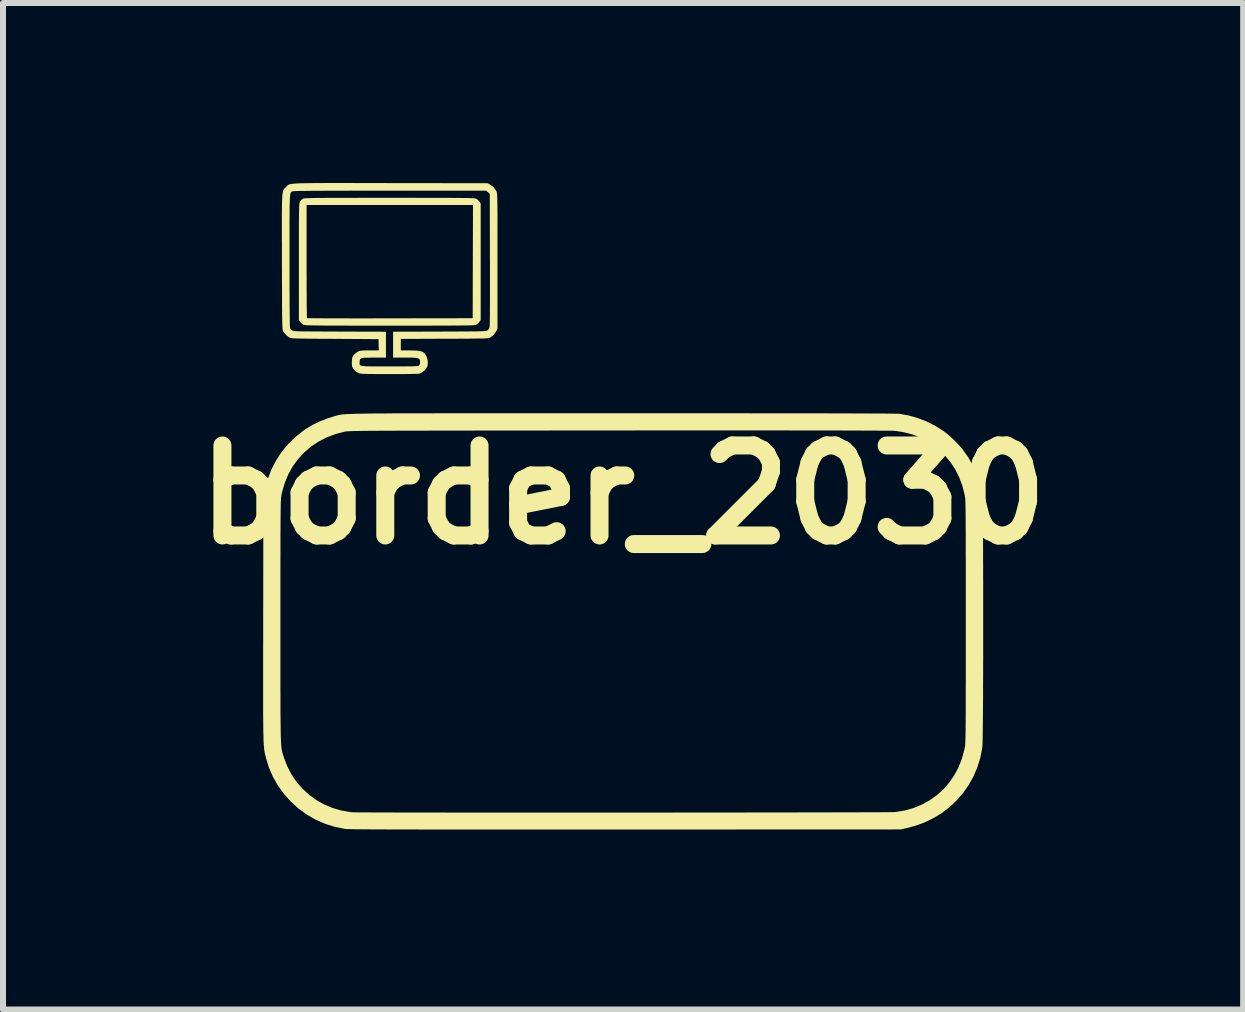
<source format=kicad_pcb>
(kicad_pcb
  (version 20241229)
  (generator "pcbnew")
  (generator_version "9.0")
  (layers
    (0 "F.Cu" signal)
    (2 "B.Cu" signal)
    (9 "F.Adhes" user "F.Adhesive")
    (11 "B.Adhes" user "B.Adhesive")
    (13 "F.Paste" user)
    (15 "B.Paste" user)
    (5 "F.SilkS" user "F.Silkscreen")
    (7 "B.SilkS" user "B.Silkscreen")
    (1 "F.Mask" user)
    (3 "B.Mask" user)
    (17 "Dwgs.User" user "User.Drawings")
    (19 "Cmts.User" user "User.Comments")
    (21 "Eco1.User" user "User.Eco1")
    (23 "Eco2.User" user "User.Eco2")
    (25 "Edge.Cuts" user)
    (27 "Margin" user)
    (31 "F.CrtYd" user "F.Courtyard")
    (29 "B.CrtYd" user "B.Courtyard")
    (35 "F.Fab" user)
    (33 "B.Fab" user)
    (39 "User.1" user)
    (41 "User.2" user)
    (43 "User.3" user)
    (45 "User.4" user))
  (footprint "border_2030"
    (layer "F.Cu")
    (at 7.336 5.197)
    (property "Reference" "border_2030" (at 0 0 0) (layer "F.SilkS") (effects (font (size 1.5 1.5) (thickness 0.3))))
    (attr board_only exclude_from_pos_files exclude_from_bom)
    (fp_poly (pts (xy -3.705 -4.95) (xy -3.533 -4.95) (xy -3.379 -4.949) (xy -3.24 -4.949) (xy -3.115 -4.949) (xy -3.005 -4.949) (xy -2.908 -4.949) (xy -2.824 -4.948) (xy -2.75 -4.948) (xy -2.687 -4.947) (xy -2.634 -4.947) (xy -2.59 -4.946) (xy -2.554 -4.945) (xy -2.524 -4.944) (xy -2.501 -4.943) (xy -2.483 -4.941) (xy -2.47 -4.94) (xy -2.46 -4.938) (xy -2.453 -4.936) (xy -2.448 -4.934) (xy -2.447 -4.934) (xy -2.421 -4.915) (xy -2.397 -4.889) (xy -2.395 -4.886) (xy -2.374 -4.855) (xy -2.374 -3.884) (xy -2.374 -2.914) (xy -2.395 -2.883) (xy -2.417 -2.857) (xy -2.444 -2.837) (xy -2.447 -2.835) (xy -2.452 -2.833) (xy -2.459 -2.831) (xy -2.469 -2.829) (xy -2.482 -2.828) (xy -2.499 -2.826) (xy -2.521 -2.825) (xy -2.55 -2.824) (xy -2.585 -2.823) (xy -2.628 -2.822) (xy -2.68 -2.822) (xy -2.742 -2.821) (xy -2.814 -2.821) (xy -2.897 -2.82) (xy -2.993 -2.82) (xy -3.101 -2.82) (xy -3.224 -2.819) (xy -3.361 -2.819) (xy -3.514 -2.819) (xy -3.684 -2.819) (xy -3.871 -2.819) (xy -3.889 -2.819) (xy -4.078 -2.819) (xy -4.249 -2.819) (xy -4.403 -2.819) (xy -4.542 -2.819) (xy -4.666 -2.82) (xy -4.776 -2.82) (xy -4.872 -2.82) (xy -4.957 -2.82) (xy -5.03 -2.821) (xy -5.092 -2.822) (xy -5.145 -2.822) (xy -5.189 -2.823) (xy -5.225 -2.824) (xy -5.254 -2.825) (xy -5.277 -2.826) (xy -5.295 -2.828) (xy -5.308 -2.829) (xy -5.318 -2.831) (xy -5.325 -2.833) (xy -5.33 -2.835) (xy -5.331 -2.835) (xy -5.357 -2.854) (xy -5.381 -2.879) (xy -5.383 -2.883) (xy -5.404 -2.914) (xy -5.404 -3.884) (xy -5.404 -3.891) (xy -5.276 -3.891) (xy -5.276 -3.761) (xy -5.275 -3.636) (xy -5.275 -3.518) (xy -5.275 -3.407) (xy -5.274 -3.306) (xy -5.274 -3.214) (xy -5.273 -3.134) (xy -5.272 -3.066) (xy -5.272 -3.012) (xy -5.271 -2.973) (xy -5.27 -2.95) (xy -5.269 -2.945) (xy -5.26 -2.944) (xy -5.233 -2.943) (xy -5.189 -2.943) (xy -5.13 -2.942) (xy -5.057 -2.942) (xy -4.971 -2.941) (xy -4.872 -2.941) (xy -4.762 -2.941) (xy -4.642 -2.941) (xy -4.512 -2.94) (xy -4.374 -2.94) (xy -4.229 -2.94) (xy -4.078 -2.941) (xy -3.921 -2.941) (xy -3.885 -2.941) (xy -2.507 -2.943) (xy -2.505 -3.887) (xy -2.502 -4.83) (xy -3.889 -4.83) (xy -5.276 -4.83) (xy -5.276 -3.891) (xy -5.404 -3.891) (xy -5.404 -4.038) (xy -5.404 -4.176) (xy -5.404 -4.297) (xy -5.404 -4.403) (xy -5.404 -4.495) (xy -5.403 -4.574) (xy -5.403 -4.641) (xy -5.402 -4.697) (xy -5.401 -4.743) (xy -5.4 -4.781) (xy -5.399 -4.81) (xy -5.398 -4.833) (xy -5.396 -4.851) (xy -5.394 -4.864) (xy -5.392 -4.873) (xy -5.39 -4.88) (xy -5.387 -4.885) (xy -5.367 -4.911) (xy -5.341 -4.932) (xy -5.339 -4.933) (xy -5.335 -4.935) (xy -5.328 -4.937) (xy -5.32 -4.939) (xy -5.309 -4.941) (xy -5.293 -4.942) (xy -5.273 -4.943) (xy -5.247 -4.944) (xy -5.215 -4.945) (xy -5.175 -4.946) (xy -5.126 -4.947) (xy -5.069 -4.948) (xy -5.001 -4.948) (xy -4.923 -4.949) (xy -4.833 -4.949) (xy -4.73 -4.949) (xy -4.613 -4.949) (xy -4.482 -4.949) (xy -4.336 -4.95) (xy -4.173 -4.95) (xy -3.994 -4.95) (xy -3.894 -4.95)) (stroke (width 0) (type solid)) (fill yes) (layer "F.SilkS"))
    (fp_poly (pts (xy -4.626 -5.197) (xy -4.473 -5.196) (xy -4.305 -5.196) (xy -4.12 -5.196) (xy -3.918 -5.195) (xy -3.87 -5.195) (xy -2.259 -5.193) (xy -2.222 -5.173) (xy -2.167 -5.134) (xy -2.126 -5.084) (xy -2.113 -5.06) (xy -2.11 -5.053) (xy -2.108 -5.047) (xy -2.105 -5.039) (xy -2.103 -5.029) (xy -2.102 -5.015) (xy -2.1 -4.997) (xy -2.099 -4.974) (xy -2.098 -4.944) (xy -2.097 -4.908) (xy -2.096 -4.863) (xy -2.095 -4.808) (xy -2.095 -4.744) (xy -2.094 -4.668) (xy -2.094 -4.58) (xy -2.094 -4.478) (xy -2.094 -4.363) (xy -2.094 -4.232) (xy -2.094 -4.085) (xy -2.094 -3.921) (xy -2.094 -3.894) (xy -2.094 -2.769) (xy -2.115 -2.727) (xy -2.143 -2.682) (xy -2.174 -2.649) (xy -2.213 -2.623) (xy -2.22 -2.62) (xy -2.227 -2.616) (xy -2.236 -2.614) (xy -2.248 -2.611) (xy -2.264 -2.609) (xy -2.286 -2.608) (xy -2.314 -2.606) (xy -2.35 -2.605) (xy -2.395 -2.604) (xy -2.45 -2.604) (xy -2.517 -2.603) (xy -2.597 -2.602) (xy -2.692 -2.602) (xy -2.801 -2.601) (xy -2.928 -2.601) (xy -2.978 -2.601) (xy -3.705 -2.598) (xy -3.705 -2.502) (xy -3.705 -2.406) (xy -3.551 -2.406) (xy -3.483 -2.405) (xy -3.431 -2.402) (xy -3.39 -2.397) (xy -3.359 -2.389) (xy -3.335 -2.377) (xy -3.314 -2.36) (xy -3.304 -2.35) (xy -3.278 -2.309) (xy -3.261 -2.259) (xy -3.255 -2.205) (xy -3.26 -2.153) (xy -3.268 -2.128) (xy -3.288 -2.096) (xy -3.32 -2.063) (xy -3.356 -2.037) (xy -3.39 -2.021) (xy -3.409 -2.018) (xy -3.445 -2.016) (xy -3.499 -2.015) (xy -3.57 -2.013) (xy -3.657 -2.012) (xy -3.76 -2.012) (xy -3.879 -2.012) (xy -3.894 -2.012) (xy -4.003 -2.012) (xy -4.096 -2.012) (xy -4.173 -2.013) (xy -4.236 -2.013) (xy -4.286 -2.015) (xy -4.326 -2.016) (xy -4.356 -2.018) (xy -4.377 -2.02) (xy -4.392 -2.023) (xy -4.398 -2.025) (xy -4.447 -2.048) (xy -4.483 -2.081) (xy -4.502 -2.108) (xy -4.513 -2.13) (xy -4.519 -2.151) (xy -4.521 -2.179) (xy -4.521 -2.219) (xy -4.519 -2.258) (xy -4.515 -2.284) (xy -4.508 -2.304) (xy -4.495 -2.322) (xy -4.49 -2.329) (xy -4.463 -2.356) (xy -4.431 -2.38) (xy -4.421 -2.385) (xy -4.405 -2.393) (xy -4.388 -2.398) (xy -4.368 -2.402) (xy -4.341 -2.404) (xy -4.304 -2.406) (xy -4.253 -2.406) (xy -4.226 -2.406) (xy -4.072 -2.406) (xy -4.075 -2.5) (xy -4.077 -2.594) (xy -4.803 -2.599) (xy -4.935 -2.6) (xy -5.05 -2.6) (xy -5.15 -2.601) (xy -5.235 -2.602) (xy -5.306 -2.603) (xy -5.366 -2.604) (xy -5.414 -2.605) (xy -5.453 -2.606) (xy -5.484 -2.607) (xy -5.507 -2.609) (xy -5.525 -2.611) (xy -5.538 -2.613) (xy -5.548 -2.616) (xy -5.556 -2.619) (xy -5.563 -2.622) (xy -5.565 -2.623) (xy -5.618 -2.662) (xy -5.66 -2.715) (xy -5.667 -2.727) (xy -5.67 -2.733) (xy -5.672 -2.739) (xy -5.674 -2.748) (xy -5.676 -2.761) (xy -5.677 -2.777) (xy -5.679 -2.799) (xy -5.68 -2.827) (xy -5.681 -2.863) (xy -5.682 -2.906) (xy -5.683 -2.959) (xy -5.684 -3.022) (xy -5.684 -3.096) (xy -5.685 -3.182) (xy -5.685 -3.282) (xy -5.685 -3.396) (xy -5.686 -3.525) (xy -5.686 -3.67) (xy -5.687 -3.832) (xy -5.687 -3.875) (xy -5.687 -4.046) (xy -5.687 -4.201) (xy -5.688 -4.247) (xy -5.56 -4.247) (xy -5.56 -4.1) (xy -5.56 -3.936) (xy -5.56 -3.899) (xy -5.56 -3.731) (xy -5.56 -3.574) (xy -5.56 -3.43) (xy -5.559 -3.298) (xy -5.559 -3.179) (xy -5.558 -3.075) (xy -5.557 -2.985) (xy -5.556 -2.911) (xy -5.555 -2.852) (xy -5.554 -2.81) (xy -5.552 -2.785) (xy -5.551 -2.779) (xy -5.537 -2.757) (xy -5.517 -2.739) (xy -5.512 -2.736) (xy -5.505 -2.734) (xy -5.495 -2.732) (xy -5.48 -2.73) (xy -5.461 -2.728) (xy -5.434 -2.726) (xy -5.4 -2.725) (xy -5.357 -2.724) (xy -5.303 -2.723) (xy -5.238 -2.723) (xy -5.161 -2.722) (xy -5.07 -2.722) (xy -4.964 -2.721) (xy -4.842 -2.721) (xy -4.723 -2.72) (xy -3.953 -2.718) (xy -3.953 -2.502) (xy -3.953 -2.287) (xy -4.148 -2.286) (xy -4.221 -2.286) (xy -4.277 -2.285) (xy -4.319 -2.283) (xy -4.349 -2.279) (xy -4.369 -2.272) (xy -4.382 -2.262) (xy -4.388 -2.248) (xy -4.391 -2.23) (xy -4.392 -2.216) (xy -4.393 -2.2) (xy -4.394 -2.186) (xy -4.393 -2.174) (xy -4.389 -2.165) (xy -4.38 -2.157) (xy -4.365 -2.151) (xy -4.342 -2.147) (xy -4.311 -2.144) (xy -4.269 -2.141) (xy -4.215 -2.14) (xy -4.149 -2.14) (xy -4.068 -2.14) (xy -3.97 -2.14) (xy -3.891 -2.14) (xy -3.785 -2.14) (xy -3.696 -2.14) (xy -3.622 -2.14) (xy -3.562 -2.141) (xy -3.514 -2.141) (xy -3.477 -2.143) (xy -3.449 -2.144) (xy -3.429 -2.146) (xy -3.416 -2.148) (xy -3.407 -2.151) (xy -3.401 -2.154) (xy -3.401 -2.155) (xy -3.387 -2.179) (xy -3.384 -2.208) (xy -3.385 -2.231) (xy -3.389 -2.249) (xy -3.398 -2.263) (xy -3.413 -2.273) (xy -3.438 -2.28) (xy -3.474 -2.284) (xy -3.523 -2.286) (xy -3.587 -2.286) (xy -3.636 -2.287) (xy -3.834 -2.287) (xy -3.834 -2.502) (xy -3.834 -2.718) (xy -3.06 -2.72) (xy -2.923 -2.721) (xy -2.803 -2.721) (xy -2.699 -2.722) (xy -2.609 -2.722) (xy -2.533 -2.723) (xy -2.47 -2.723) (xy -2.418 -2.724) (xy -2.376 -2.725) (xy -2.343 -2.727) (xy -2.317 -2.728) (xy -2.298 -2.73) (xy -2.284 -2.732) (xy -2.274 -2.734) (xy -2.267 -2.736) (xy -2.262 -2.739) (xy -2.261 -2.74) (xy -2.241 -2.761) (xy -2.227 -2.789) (xy -2.227 -2.79) (xy -2.225 -2.804) (xy -2.223 -2.834) (xy -2.222 -2.881) (xy -2.221 -2.944) (xy -2.22 -3.023) (xy -2.22 -3.119) (xy -2.219 -3.233) (xy -2.219 -3.364) (xy -2.219 -3.513) (xy -2.219 -3.679) (xy -2.219 -3.864) (xy -2.22 -3.92) (xy -2.222 -5.015) (xy -2.252 -5.042) (xy -2.282 -5.069) (xy -3.884 -5.069) (xy -4.097 -5.069) (xy -4.292 -5.069) (xy -4.469 -5.069) (xy -4.631 -5.068) (xy -4.776 -5.068) (xy -4.906 -5.068) (xy -5.022 -5.067) (xy -5.124 -5.067) (xy -5.212 -5.066) (xy -5.287 -5.065) (xy -5.351 -5.065) (xy -5.402 -5.064) (xy -5.443 -5.063) (xy -5.474 -5.061) (xy -5.495 -5.06) (xy -5.507 -5.059) (xy -5.51 -5.058) (xy -5.517 -5.055) (xy -5.524 -5.052) (xy -5.53 -5.048) (xy -5.535 -5.043) (xy -5.54 -5.035) (xy -5.544 -5.023) (xy -5.547 -5.007) (xy -5.55 -4.985) (xy -5.553 -4.957) (xy -5.555 -4.921) (xy -5.556 -4.877) (xy -5.558 -4.823) (xy -5.559 -4.759) (xy -5.559 -4.683) (xy -5.56 -4.595) (xy -5.56 -4.494) (xy -5.56 -4.378) (xy -5.56 -4.247) (xy -5.688 -4.247) (xy -5.688 -4.339) (xy -5.688 -4.461) (xy -5.688 -4.569) (xy -5.688 -4.664) (xy -5.687 -4.746) (xy -5.686 -4.817) (xy -5.685 -4.877) (xy -5.683 -4.927) (xy -5.681 -4.969) (xy -5.678 -5.003) (xy -5.674 -5.031) (xy -5.67 -5.053) (xy -5.665 -5.07) (xy -5.66 -5.084) (xy -5.653 -5.095) (xy -5.646 -5.104) (xy -5.638 -5.112) (xy -5.628 -5.12) (xy -5.619 -5.129) (xy -5.61 -5.138) (xy -5.604 -5.146) (xy -5.597 -5.153) (xy -5.59 -5.159) (xy -5.582 -5.165) (xy -5.572 -5.17) (xy -5.559 -5.174) (xy -5.542 -5.178) (xy -5.521 -5.182) (xy -5.494 -5.185) (xy -5.462 -5.188) (xy -5.422 -5.19) (xy -5.375 -5.192) (xy -5.32 -5.193) (xy -5.255 -5.194) (xy -5.18 -5.195) (xy -5.094 -5.196) (xy -4.997 -5.196) (xy -4.887 -5.197) (xy -4.763 -5.197)) (stroke (width 0) (type solid)) (fill yes) (layer "F.SilkS"))
    (fp_poly (pts (xy -1.08 -1.359) (xy -0.773 -1.359) (xy -0.448 -1.359) (xy -0.105 -1.359) (xy -0.003 -1.359) (xy 0.398 -1.359) (xy 0.781 -1.359) (xy 1.146 -1.359) (xy 1.492 -1.359) (xy 1.82 -1.359) (xy 2.13 -1.358) (xy 2.421 -1.358) (xy 2.694 -1.358) (xy 2.949 -1.358) (xy 3.186 -1.357) (xy 3.404 -1.357) (xy 3.604 -1.356) (xy 3.786 -1.356) (xy 3.95 -1.355) (xy 4.095 -1.355) (xy 4.222 -1.354) (xy 4.332 -1.354) (xy 4.422 -1.353) (xy 4.495 -1.352) (xy 4.55 -1.351) (xy 4.586 -1.351) (xy 4.604 -1.35) (xy 4.605 -1.35) (xy 4.76 -1.322) (xy 4.915 -1.278) (xy 5.066 -1.219) (xy 5.211 -1.145) (xy 5.346 -1.058) (xy 5.39 -1.025) (xy 5.433 -0.989) (xy 5.482 -0.944) (xy 5.534 -0.894) (xy 5.584 -0.843) (xy 5.627 -0.796) (xy 5.652 -0.767) (xy 5.752 -0.626) (xy 5.836 -0.477) (xy 5.903 -0.321) (xy 5.954 -0.158) (xy 5.987 0.011) (xy 5.987 0.012) (xy 5.989 0.033) (xy 5.991 0.071) (xy 5.992 0.126) (xy 5.993 0.196) (xy 5.995 0.28) (xy 5.996 0.377) (xy 5.997 0.486) (xy 5.998 0.606) (xy 5.999 0.737) (xy 6 0.876) (xy 6 1.023) (xy 6.001 1.177) (xy 6.001 1.337) (xy 6.002 1.502) (xy 6.002 1.67) (xy 6.002 1.841) (xy 6.002 2.014) (xy 6.002 2.187) (xy 6.002 2.36) (xy 6.002 2.531) (xy 6.002 2.7) (xy 6.001 2.865) (xy 6.001 3.026) (xy 6 3.181) (xy 6 3.329) (xy 5.999 3.469) (xy 5.998 3.601) (xy 5.997 3.722) (xy 5.996 3.833) (xy 5.995 3.932) (xy 5.994 4.018) (xy 5.992 4.09) (xy 5.991 4.147) (xy 5.989 4.187) (xy 5.988 4.211) (xy 5.987 4.212) (xy 5.955 4.379) (xy 5.906 4.539) (xy 5.841 4.692) (xy 5.761 4.836) (xy 5.667 4.97) (xy 5.56 5.094) (xy 5.441 5.207) (xy 5.311 5.306) (xy 5.169 5.392) (xy 5.018 5.464) (xy 4.918 5.501) (xy 4.865 5.518) (xy 4.806 5.535) (xy 4.751 5.55) (xy 4.72 5.557) (xy 4.628 5.578) (xy 0.037 5.58) (xy -0.317 5.58) (xy -0.653 5.58) (xy -0.971 5.58) (xy -1.272 5.58) (xy -1.557 5.58) (xy -1.826 5.58) (xy -2.079 5.58) (xy -2.317 5.58) (xy -2.54 5.58) (xy -2.748 5.58) (xy -2.943 5.58) (xy -3.125 5.58) (xy -3.293 5.58) (xy -3.449 5.579) (xy -3.593 5.579) (xy -3.726 5.579) (xy -3.847 5.579) (xy -3.958 5.578) (xy -4.058 5.578) (xy -4.149 5.577) (xy -4.23 5.577) (xy -4.302 5.576) (xy -4.366 5.576) (xy -4.422 5.575) (xy -4.471 5.575) (xy -4.512 5.574) (xy -4.547 5.573) (xy -4.576 5.572) (xy -4.599 5.572) (xy -4.616 5.571) (xy -4.629 5.57) (xy -4.637 5.569) (xy -4.809 5.534) (xy -4.972 5.482) (xy -5.127 5.415) (xy -5.272 5.331) (xy -5.409 5.232) (xy -5.535 5.117) (xy -5.539 5.113) (xy -5.655 4.984) (xy -5.754 4.846) (xy -5.837 4.7) (xy -5.904 4.546) (xy -5.954 4.384) (xy -5.962 4.348) (xy -5.967 4.329) (xy -5.971 4.311) (xy -5.975 4.293) (xy -5.978 4.274) (xy -5.981 4.253) (xy -5.984 4.231) (xy -5.986 4.205) (xy -5.989 4.176) (xy -5.991 4.142) (xy -5.993 4.103) (xy -5.994 4.058) (xy -5.995 4.007) (xy -5.997 3.948) (xy -5.998 3.88) (xy -5.998 3.804) (xy -5.999 3.718) (xy -6 3.621) (xy -6 3.513) (xy -6 3.393) (xy -6 3.26) (xy -6 3.114) (xy -6 2.954) (xy -6 2.778) (xy -6 2.751) (xy -5.712 2.751) (xy -5.712 2.931) (xy -5.712 3.096) (xy -5.712 3.246) (xy -5.711 3.382) (xy -5.711 3.505) (xy -5.711 3.616) (xy -5.71 3.715) (xy -5.709 3.803) (xy -5.708 3.881) (xy -5.707 3.95) (xy -5.706 4.011) (xy -5.704 4.064) (xy -5.702 4.109) (xy -5.7 4.149) (xy -5.698 4.183) (xy -5.695 4.212) (xy -5.692 4.237) (xy -5.688 4.259) (xy -5.684 4.279) (xy -5.68 4.296) (xy -5.675 4.313) (xy -5.67 4.33) (xy -5.664 4.347) (xy -5.658 4.365) (xy -5.652 4.386) (xy -5.651 4.387) (xy -5.596 4.53) (xy -5.526 4.664) (xy -5.442 4.787) (xy -5.345 4.899) (xy -5.236 4.999) (xy -5.117 5.086) (xy -4.987 5.16) (xy -4.849 5.218) (xy -4.704 5.261) (xy -4.552 5.288) (xy -4.509 5.292) (xy -4.494 5.293) (xy -4.462 5.293) (xy -4.413 5.294) (xy -4.348 5.294) (xy -4.267 5.294) (xy -4.172 5.295) (xy -4.062 5.295) (xy -3.938 5.295) (xy -3.802 5.296) (xy -3.653 5.296) (xy -3.493 5.296) (xy -3.322 5.296) (xy -3.141 5.296) (xy -2.951 5.297) (xy -2.752 5.297) (xy -2.545 5.297) (xy -2.33 5.297) (xy -2.109 5.297) (xy -1.882 5.297) (xy -1.649 5.297) (xy -1.412 5.297) (xy -1.171 5.297) (xy -0.927 5.297) (xy -0.68 5.297) (xy -0.431 5.297) (xy -0.181 5.297) (xy 0.069 5.297) (xy 0.32 5.297) (xy 0.569 5.297) (xy 0.817 5.297) (xy 1.063 5.296) (xy 1.306 5.296) (xy 1.545 5.296) (xy 1.781 5.296) (xy 2.011 5.296) (xy 2.235 5.295) (xy 2.453 5.295) (xy 2.664 5.295) (xy 2.868 5.295) (xy 3.063 5.294) (xy 3.249 5.294) (xy 3.425 5.294) (xy 3.591 5.293) (xy 3.745 5.293) (xy 3.888 5.293) (xy 4.019 5.292) (xy 4.136 5.292) (xy 4.239 5.292) (xy 4.328 5.291) (xy 4.401 5.291) (xy 4.459 5.29) (xy 4.5 5.29) (xy 4.524 5.29) (xy 4.53 5.289) (xy 4.686 5.264) (xy 4.836 5.223) (xy 4.976 5.166) (xy 5.107 5.094) (xy 5.228 5.008) (xy 5.337 4.91) (xy 5.435 4.798) (xy 5.519 4.675) (xy 5.591 4.542) (xy 5.647 4.398) (xy 5.689 4.244) (xy 5.695 4.214) (xy 5.697 4.204) (xy 5.699 4.192) (xy 5.7 4.179) (xy 5.702 4.163) (xy 5.703 4.144) (xy 5.704 4.121) (xy 5.705 4.093) (xy 5.706 4.06) (xy 5.707 4.02) (xy 5.708 3.973) (xy 5.709 3.919) (xy 5.709 3.856) (xy 5.71 3.783) (xy 5.71 3.701) (xy 5.711 3.608) (xy 5.711 3.504) (xy 5.711 3.387) (xy 5.711 3.257) (xy 5.712 3.114) (xy 5.712 2.956) (xy 5.712 2.783) (xy 5.712 2.594) (xy 5.712 2.388) (xy 5.712 2.164) (xy 5.712 2.112) (xy 5.712 1.885) (xy 5.712 1.675) (xy 5.712 1.482) (xy 5.712 1.306) (xy 5.712 1.145) (xy 5.711 0.998) (xy 5.711 0.865) (xy 5.711 0.746) (xy 5.711 0.638) (xy 5.71 0.543) (xy 5.71 0.458) (xy 5.709 0.384) (xy 5.709 0.319) (xy 5.708 0.262) (xy 5.707 0.214) (xy 5.707 0.173) (xy 5.706 0.138) (xy 5.705 0.109) (xy 5.703 0.085) (xy 5.702 0.065) (xy 5.701 0.048) (xy 5.699 0.035) (xy 5.697 0.023) (xy 5.696 0.012) (xy 5.695 0.01) (xy 5.657 -0.144) (xy 5.603 -0.289) (xy 5.535 -0.425) (xy 5.452 -0.55) (xy 5.356 -0.665) (xy 5.248 -0.767) (xy 5.128 -0.856) (xy 4.997 -0.931) (xy 4.989 -0.935) (xy 4.881 -0.983) (xy 4.775 -1.019) (xy 4.667 -1.045) (xy 4.549 -1.063) (xy 4.52 -1.066) (xy 4.502 -1.067) (xy 4.466 -1.067) (xy 4.412 -1.068) (xy 4.34 -1.069) (xy 4.25 -1.069) (xy 4.141 -1.07) (xy 4.015 -1.07) (xy 3.871 -1.071) (xy 3.709 -1.071) (xy 3.529 -1.072) (xy 3.331 -1.072) (xy 3.116 -1.072) (xy 2.883 -1.072) (xy 2.632 -1.073) (xy 2.364 -1.073) (xy 2.079 -1.073) (xy 1.776 -1.073) (xy 1.456 -1.073) (xy 1.119 -1.073) (xy 0.764 -1.073) (xy 0.392 -1.073) (xy 0.004 -1.072) (xy -0.064 -1.072) (xy -0.407 -1.072) (xy -0.733 -1.072) (xy -1.041 -1.072) (xy -1.332 -1.071) (xy -1.606 -1.071) (xy -1.865 -1.071) (xy -2.108 -1.071) (xy -2.336 -1.071) (xy -2.55 -1.07) (xy -2.75 -1.07) (xy -2.936 -1.07) (xy -3.109 -1.07) (xy -3.27 -1.069) (xy -3.419 -1.069) (xy -3.556 -1.069) (xy -3.682 -1.069) (xy -3.798 -1.068) (xy -3.903 -1.068) (xy -3.999 -1.067) (xy -4.086 -1.067) (xy -4.164 -1.066) (xy -4.234 -1.066) (xy -4.297 -1.065) (xy -4.352 -1.065) (xy -4.4 -1.064) (xy -4.443 -1.063) (xy -4.479 -1.063) (xy -4.511 -1.062) (xy -4.538 -1.061) (xy -4.56 -1.06) (xy -4.579 -1.059) (xy -4.594 -1.058) (xy -4.607 -1.057) (xy -4.617 -1.056) (xy -4.626 -1.055) (xy -4.633 -1.054) (xy -4.637 -1.053) (xy -4.793 -1.013) (xy -4.94 -0.957) (xy -5.076 -0.887) (xy -5.202 -0.803) (xy -5.315 -0.706) (xy -5.416 -0.597) (xy -5.505 -0.476) (xy -5.579 -0.344) (xy -5.638 -0.202) (xy -5.683 -0.05) (xy -5.696 0.011) (xy -5.697 0.022) (xy -5.699 0.033) (xy -5.701 0.047) (xy -5.702 0.064) (xy -5.703 0.084) (xy -5.705 0.109) (xy -5.706 0.138) (xy -5.707 0.174) (xy -5.707 0.216) (xy -5.708 0.265) (xy -5.709 0.323) (xy -5.709 0.389) (xy -5.71 0.465) (xy -5.71 0.55) (xy -5.711 0.647) (xy -5.711 0.756) (xy -5.711 0.877) (xy -5.711 1.012) (xy -5.712 1.16) (xy -5.712 1.323) (xy -5.712 1.502) (xy -5.712 1.697) (xy -5.712 1.909) (xy -5.712 2.112) (xy -5.712 2.343) (xy -5.712 2.555) (xy -5.712 2.751) (xy -6 2.751) (xy -6 2.587) (xy -5.999 2.379) (xy -5.999 2.154) (xy -5.999 2.052) (xy -5.996 0.014) (xy -5.975 -0.078) (xy -5.927 -0.253) (xy -5.864 -0.417) (xy -5.786 -0.569) (xy -5.694 -0.711) (xy -5.587 -0.841) (xy -5.466 -0.96) (xy -5.33 -1.068) (xy -5.285 -1.1) (xy -5.175 -1.165) (xy -5.054 -1.224) (xy -4.926 -1.274) (xy -4.8 -1.313) (xy -4.786 -1.316) (xy -4.774 -1.319) (xy -4.763 -1.323) (xy -4.752 -1.326) (xy -4.741 -1.328) (xy -4.729 -1.331) (xy -4.716 -1.333) (xy -4.701 -1.336) (xy -4.684 -1.338) (xy -4.665 -1.34) (xy -4.643 -1.342) (xy -4.616 -1.344) (xy -4.586 -1.345) (xy -4.552 -1.347) (xy -4.512 -1.348) (xy -4.466 -1.35) (xy -4.415 -1.351) (xy -4.357 -1.352) (xy -4.292 -1.353) (xy -4.22 -1.354) (xy -4.14 -1.355) (xy -4.051 -1.355) (xy -3.953 -1.356) (xy -3.846 -1.357) (xy -3.729 -1.357) (xy -3.601 -1.357) (xy -3.463 -1.358) (xy -3.313 -1.358) (xy -3.151 -1.358) (xy -2.977 -1.359) (xy -2.79 -1.359) (xy -2.59 -1.359) (xy -2.375 -1.359) (xy -2.147 -1.359) (xy -1.904 -1.359) (xy -1.645 -1.359) (xy -1.371 -1.359)) (stroke (width 0) (type solid)) (fill yes) (layer "F.SilkS")))
  (gr_rect
    (start -3 -3)
    (end 17.671 13.777)
    (stroke (width 0.1) (type default))
    (fill no)
    (layer "Edge.Cuts")))
</source>
